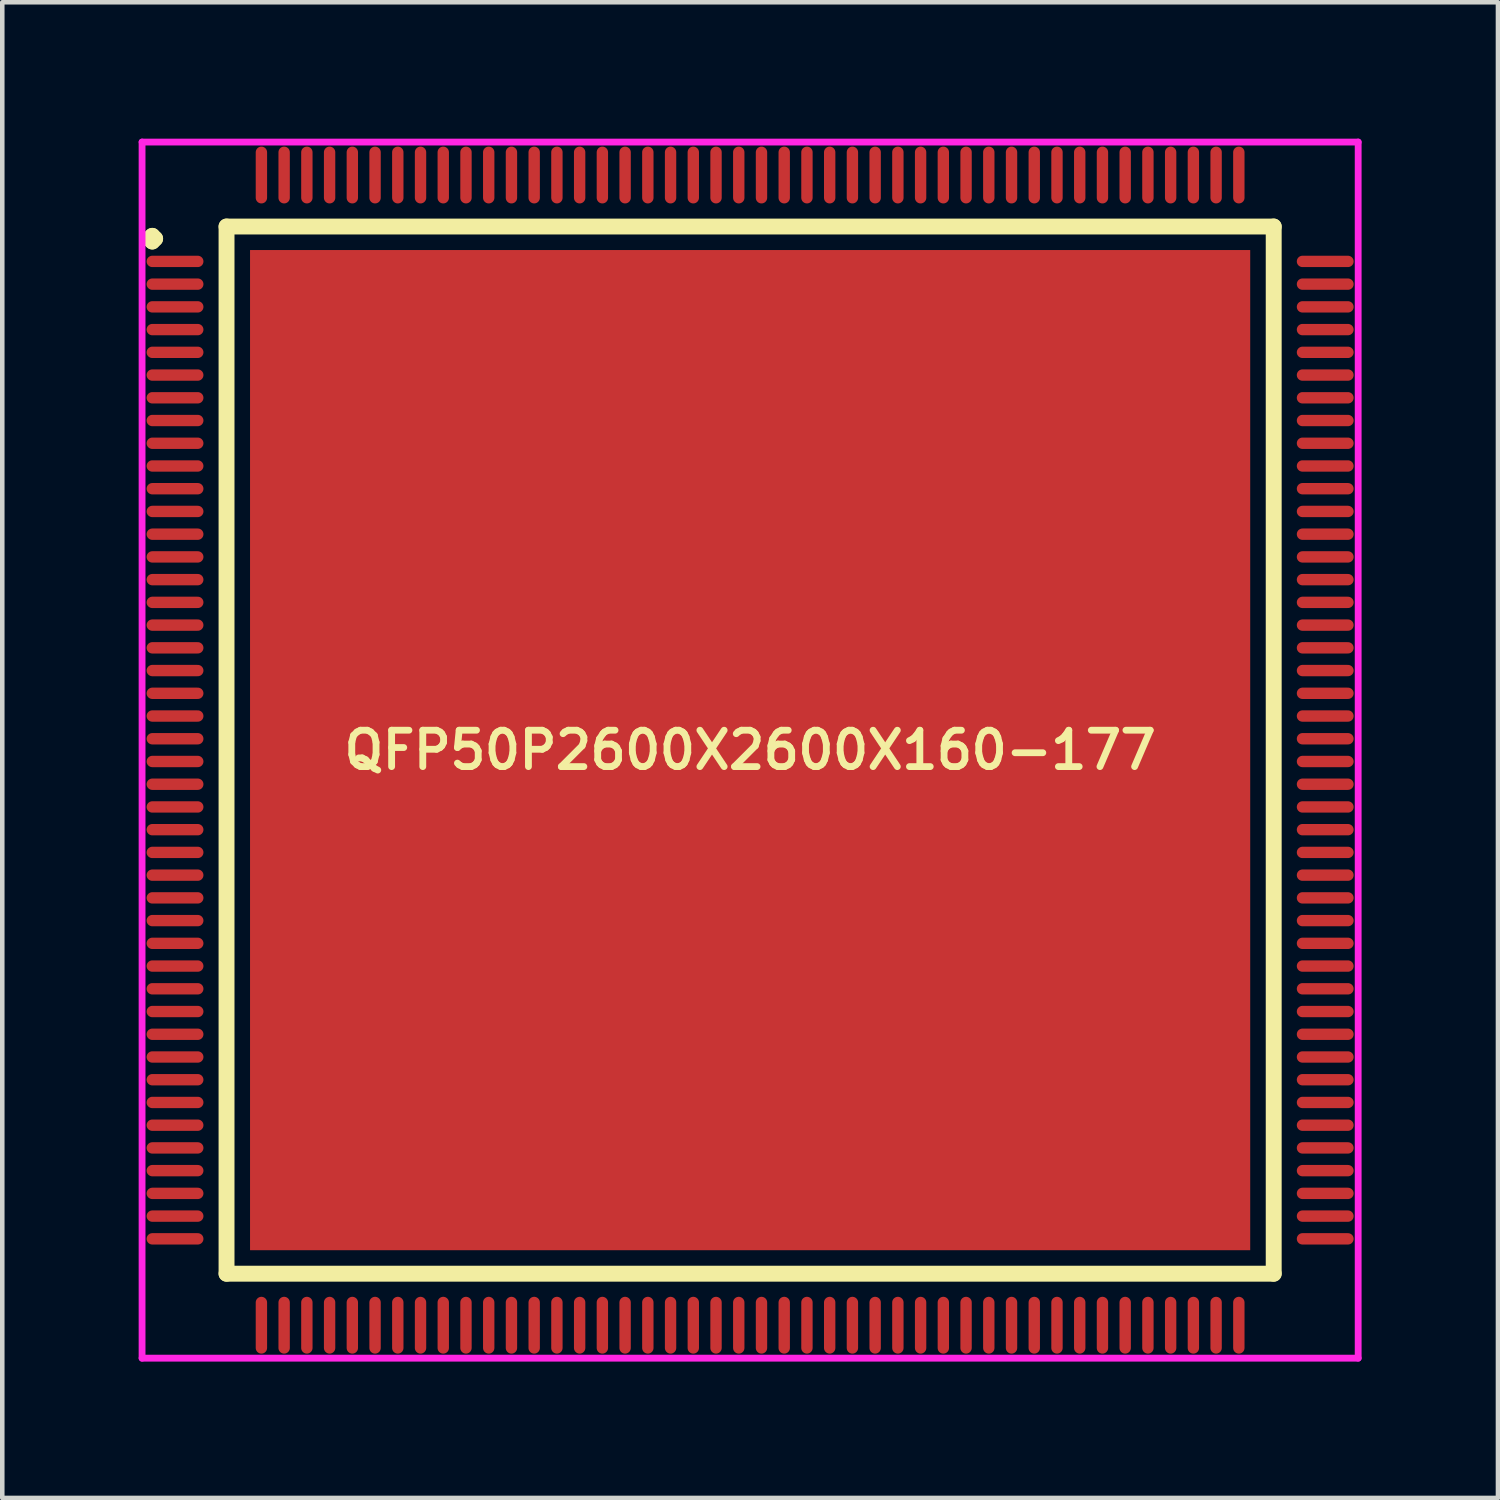
<source format=kicad_pcb>
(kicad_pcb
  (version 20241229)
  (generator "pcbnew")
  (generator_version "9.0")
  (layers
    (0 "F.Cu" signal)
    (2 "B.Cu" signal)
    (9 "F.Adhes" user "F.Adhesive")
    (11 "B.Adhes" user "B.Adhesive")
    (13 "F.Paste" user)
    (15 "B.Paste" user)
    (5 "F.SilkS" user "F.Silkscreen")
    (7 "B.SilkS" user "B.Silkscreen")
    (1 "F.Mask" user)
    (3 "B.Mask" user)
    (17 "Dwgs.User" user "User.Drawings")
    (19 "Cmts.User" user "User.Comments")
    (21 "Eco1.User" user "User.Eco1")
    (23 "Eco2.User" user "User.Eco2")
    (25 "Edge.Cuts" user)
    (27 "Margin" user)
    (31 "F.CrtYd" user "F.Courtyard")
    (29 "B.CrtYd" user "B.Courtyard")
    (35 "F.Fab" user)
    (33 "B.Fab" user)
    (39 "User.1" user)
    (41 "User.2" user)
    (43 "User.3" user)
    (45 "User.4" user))
  (footprint "QFP50P2600X2600X160-177"
    (layer "F.Cu")
    (at 13.45 13.45)
    (property "Reference" "QFP50P2600X2600X160-177" (at 0 0 0) (layer "F.SilkS") (effects (font (size 0.8 0.8) (thickness 0.15))))
    (attr smd)
    (fp_line (start -13.213 -11.25) (end -13.15 -11.312) (stroke (width 0.35) (type solid)) (layer "F.SilkS"))
    (fp_line (start -13.15 -11.312) (end -13.088 -11.25) (stroke (width 0.35) (type solid)) (layer "F.SilkS"))
    (fp_line (start -13.15 -11.188) (end -13.213 -11.25) (stroke (width 0.35) (type solid)) (layer "F.SilkS"))
    (fp_line (start -13.088 -11.25) (end -13.15 -11.188) (stroke (width 0.35) (type solid)) (layer "F.SilkS"))
    (fp_line (start -11.517 -11.517) (end -11.517 11.517) (stroke (width 0.35) (type solid)) (layer "F.SilkS"))
    (fp_line (start -11.517 11.517) (end 11.517 11.517) (stroke (width 0.35) (type solid)) (layer "F.SilkS"))
    (fp_line (start 11.517 -11.517) (end -11.517 -11.517) (stroke (width 0.35) (type solid)) (layer "F.SilkS"))
    (fp_line (start 11.517 11.517) (end 11.517 -11.517) (stroke (width 0.35) (type solid)) (layer "F.SilkS"))
    (fp_line (start -13.375 -13.375) (end 13.375 -13.375) (stroke (width 0.15) (type solid)) (layer "F.CrtYd"))
    (fp_line (start -13.375 13.375) (end -13.375 -13.375) (stroke (width 0.15) (type solid)) (layer "F.CrtYd"))
    (fp_line (start 13.375 -13.375) (end 13.375 13.375) (stroke (width 0.15) (type solid)) (layer "F.CrtYd"))
    (fp_line (start 13.375 13.375) (end -13.375 13.375) (stroke (width 0.15) (type solid)) (layer "F.CrtYd"))
    (pad "1" smd oval (at -12.65 -10.75) (size 1.25 0.25) (layers "F.Cu" "F.Mask" "F.Paste"))
    (pad "2" smd oval (at -12.65 -10.25) (size 1.25 0.25) (layers "F.Cu" "F.Mask" "F.Paste"))
    (pad "3" smd oval (at -12.65 -9.75) (size 1.25 0.25) (layers "F.Cu" "F.Mask" "F.Paste"))
    (pad "4" smd oval (at -12.65 -9.25) (size 1.25 0.25) (layers "F.Cu" "F.Mask" "F.Paste"))
    (pad "5" smd oval (at -12.65 -8.75) (size 1.25 0.25) (layers "F.Cu" "F.Mask" "F.Paste"))
    (pad "6" smd oval (at -12.65 -8.25) (size 1.25 0.25) (layers "F.Cu" "F.Mask" "F.Paste"))
    (pad "7" smd oval (at -12.65 -7.75) (size 1.25 0.25) (layers "F.Cu" "F.Mask" "F.Paste"))
    (pad "8" smd oval (at -12.65 -7.25) (size 1.25 0.25) (layers "F.Cu" "F.Mask" "F.Paste"))
    (pad "9" smd oval (at -12.65 -6.75) (size 1.25 0.25) (layers "F.Cu" "F.Mask" "F.Paste"))
    (pad "10" smd oval (at -12.65 -6.25) (size 1.25 0.25) (layers "F.Cu" "F.Mask" "F.Paste"))
    (pad "11" smd oval (at -12.65 -5.75) (size 1.25 0.25) (layers "F.Cu" "F.Mask" "F.Paste"))
    (pad "12" smd oval (at -12.65 -5.25) (size 1.25 0.25) (layers "F.Cu" "F.Mask" "F.Paste"))
    (pad "13" smd oval (at -12.65 -4.75) (size 1.25 0.25) (layers "F.Cu" "F.Mask" "F.Paste"))
    (pad "14" smd oval (at -12.65 -4.25) (size 1.25 0.25) (layers "F.Cu" "F.Mask" "F.Paste"))
    (pad "15" smd oval (at -12.65 -3.75) (size 1.25 0.25) (layers "F.Cu" "F.Mask" "F.Paste"))
    (pad "16" smd oval (at -12.65 -3.25) (size 1.25 0.25) (layers "F.Cu" "F.Mask" "F.Paste"))
    (pad "17" smd oval (at -12.65 -2.75) (size 1.25 0.25) (layers "F.Cu" "F.Mask" "F.Paste"))
    (pad "18" smd oval (at -12.65 -2.25) (size 1.25 0.25) (layers "F.Cu" "F.Mask" "F.Paste"))
    (pad "19" smd oval (at -12.65 -1.75) (size 1.25 0.25) (layers "F.Cu" "F.Mask" "F.Paste"))
    (pad "20" smd oval (at -12.65 -1.25) (size 1.25 0.25) (layers "F.Cu" "F.Mask" "F.Paste"))
    (pad "21" smd oval (at -12.65 -0.75) (size 1.25 0.25) (layers "F.Cu" "F.Mask" "F.Paste"))
    (pad "22" smd oval (at -12.65 -0.25) (size 1.25 0.25) (layers "F.Cu" "F.Mask" "F.Paste"))
    (pad "23" smd oval (at -12.65 0.25) (size 1.25 0.25) (layers "F.Cu" "F.Mask" "F.Paste"))
    (pad "24" smd oval (at -12.65 0.75) (size 1.25 0.25) (layers "F.Cu" "F.Mask" "F.Paste"))
    (pad "25" smd oval (at -12.65 1.25) (size 1.25 0.25) (layers "F.Cu" "F.Mask" "F.Paste"))
    (pad "26" smd oval (at -12.65 1.75) (size 1.25 0.25) (layers "F.Cu" "F.Mask" "F.Paste"))
    (pad "27" smd oval (at -12.65 2.25) (size 1.25 0.25) (layers "F.Cu" "F.Mask" "F.Paste"))
    (pad "28" smd oval (at -12.65 2.75) (size 1.25 0.25) (layers "F.Cu" "F.Mask" "F.Paste"))
    (pad "29" smd oval (at -12.65 3.25) (size 1.25 0.25) (layers "F.Cu" "F.Mask" "F.Paste"))
    (pad "30" smd oval (at -12.65 3.75) (size 1.25 0.25) (layers "F.Cu" "F.Mask" "F.Paste"))
    (pad "31" smd oval (at -12.65 4.25) (size 1.25 0.25) (layers "F.Cu" "F.Mask" "F.Paste"))
    (pad "32" smd oval (at -12.65 4.75) (size 1.25 0.25) (layers "F.Cu" "F.Mask" "F.Paste"))
    (pad "33" smd oval (at -12.65 5.25) (size 1.25 0.25) (layers "F.Cu" "F.Mask" "F.Paste"))
    (pad "34" smd oval (at -12.65 5.75) (size 1.25 0.25) (layers "F.Cu" "F.Mask" "F.Paste"))
    (pad "35" smd oval (at -12.65 6.25) (size 1.25 0.25) (layers "F.Cu" "F.Mask" "F.Paste"))
    (pad "36" smd oval (at -12.65 6.75) (size 1.25 0.25) (layers "F.Cu" "F.Mask" "F.Paste"))
    (pad "37" smd oval (at -12.65 7.25) (size 1.25 0.25) (layers "F.Cu" "F.Mask" "F.Paste"))
    (pad "38" smd oval (at -12.65 7.75) (size 1.25 0.25) (layers "F.Cu" "F.Mask" "F.Paste"))
    (pad "39" smd oval (at -12.65 8.25) (size 1.25 0.25) (layers "F.Cu" "F.Mask" "F.Paste"))
    (pad "40" smd oval (at -12.65 8.75) (size 1.25 0.25) (layers "F.Cu" "F.Mask" "F.Paste"))
    (pad "41" smd oval (at -12.65 9.25) (size 1.25 0.25) (layers "F.Cu" "F.Mask" "F.Paste"))
    (pad "42" smd oval (at -12.65 9.75) (size 1.25 0.25) (layers "F.Cu" "F.Mask" "F.Paste"))
    (pad "43" smd oval (at -12.65 10.25) (size 1.25 0.25) (layers "F.Cu" "F.Mask" "F.Paste"))
    (pad "44" smd oval (at -12.65 10.75) (size 1.25 0.25) (layers "F.Cu" "F.Mask" "F.Paste"))
    (pad "45" smd oval (at -10.75 12.65) (size 0.25 1.25) (layers "F.Cu" "F.Mask" "F.Paste"))
    (pad "46" smd oval (at -10.25 12.65) (size 0.25 1.25) (layers "F.Cu" "F.Mask" "F.Paste"))
    (pad "47" smd oval (at -9.75 12.65) (size 0.25 1.25) (layers "F.Cu" "F.Mask" "F.Paste"))
    (pad "48" smd oval (at -9.25 12.65) (size 0.25 1.25) (layers "F.Cu" "F.Mask" "F.Paste"))
    (pad "49" smd oval (at -8.75 12.65) (size 0.25 1.25) (layers "F.Cu" "F.Mask" "F.Paste"))
    (pad "50" smd oval (at -8.25 12.65) (size 0.25 1.25) (layers "F.Cu" "F.Mask" "F.Paste"))
    (pad "51" smd oval (at -7.75 12.65) (size 0.25 1.25) (layers "F.Cu" "F.Mask" "F.Paste"))
    (pad "52" smd oval (at -7.25 12.65) (size 0.25 1.25) (layers "F.Cu" "F.Mask" "F.Paste"))
    (pad "53" smd oval (at -6.75 12.65) (size 0.25 1.25) (layers "F.Cu" "F.Mask" "F.Paste"))
    (pad "54" smd oval (at -6.25 12.65) (size 0.25 1.25) (layers "F.Cu" "F.Mask" "F.Paste"))
    (pad "55" smd oval (at -5.75 12.65) (size 0.25 1.25) (layers "F.Cu" "F.Mask" "F.Paste"))
    (pad "56" smd oval (at -5.25 12.65) (size 0.25 1.25) (layers "F.Cu" "F.Mask" "F.Paste"))
    (pad "57" smd oval (at -4.75 12.65) (size 0.25 1.25) (layers "F.Cu" "F.Mask" "F.Paste"))
    (pad "58" smd oval (at -4.25 12.65) (size 0.25 1.25) (layers "F.Cu" "F.Mask" "F.Paste"))
    (pad "59" smd oval (at -3.75 12.65) (size 0.25 1.25) (layers "F.Cu" "F.Mask" "F.Paste"))
    (pad "60" smd oval (at -3.25 12.65) (size 0.25 1.25) (layers "F.Cu" "F.Mask" "F.Paste"))
    (pad "61" smd oval (at -2.75 12.65) (size 0.25 1.25) (layers "F.Cu" "F.Mask" "F.Paste"))
    (pad "62" smd oval (at -2.25 12.65) (size 0.25 1.25) (layers "F.Cu" "F.Mask" "F.Paste"))
    (pad "63" smd oval (at -1.75 12.65) (size 0.25 1.25) (layers "F.Cu" "F.Mask" "F.Paste"))
    (pad "64" smd oval (at -1.25 12.65) (size 0.25 1.25) (layers "F.Cu" "F.Mask" "F.Paste"))
    (pad "65" smd oval (at -0.75 12.65) (size 0.25 1.25) (layers "F.Cu" "F.Mask" "F.Paste"))
    (pad "66" smd oval (at -0.25 12.65) (size 0.25 1.25) (layers "F.Cu" "F.Mask" "F.Paste"))
    (pad "67" smd oval (at 0.25 12.65) (size 0.25 1.25) (layers "F.Cu" "F.Mask" "F.Paste"))
    (pad "68" smd oval (at 0.75 12.65) (size 0.25 1.25) (layers "F.Cu" "F.Mask" "F.Paste"))
    (pad "69" smd oval (at 1.25 12.65) (size 0.25 1.25) (layers "F.Cu" "F.Mask" "F.Paste"))
    (pad "70" smd oval (at 1.75 12.65) (size 0.25 1.25) (layers "F.Cu" "F.Mask" "F.Paste"))
    (pad "71" smd oval (at 2.25 12.65) (size 0.25 1.25) (layers "F.Cu" "F.Mask" "F.Paste"))
    (pad "72" smd oval (at 2.75 12.65) (size 0.25 1.25) (layers "F.Cu" "F.Mask" "F.Paste"))
    (pad "73" smd oval (at 3.25 12.65) (size 0.25 1.25) (layers "F.Cu" "F.Mask" "F.Paste"))
    (pad "74" smd oval (at 3.75 12.65) (size 0.25 1.25) (layers "F.Cu" "F.Mask" "F.Paste"))
    (pad "75" smd oval (at 4.25 12.65) (size 0.25 1.25) (layers "F.Cu" "F.Mask" "F.Paste"))
    (pad "76" smd oval (at 4.75 12.65) (size 0.25 1.25) (layers "F.Cu" "F.Mask" "F.Paste"))
    (pad "77" smd oval (at 5.25 12.65) (size 0.25 1.25) (layers "F.Cu" "F.Mask" "F.Paste"))
    (pad "78" smd oval (at 5.75 12.65) (size 0.25 1.25) (layers "F.Cu" "F.Mask" "F.Paste"))
    (pad "79" smd oval (at 6.25 12.65) (size 0.25 1.25) (layers "F.Cu" "F.Mask" "F.Paste"))
    (pad "80" smd oval (at 6.75 12.65) (size 0.25 1.25) (layers "F.Cu" "F.Mask" "F.Paste"))
    (pad "81" smd oval (at 7.25 12.65) (size 0.25 1.25) (layers "F.Cu" "F.Mask" "F.Paste"))
    (pad "82" smd oval (at 7.75 12.65) (size 0.25 1.25) (layers "F.Cu" "F.Mask" "F.Paste"))
    (pad "83" smd oval (at 8.25 12.65) (size 0.25 1.25) (layers "F.Cu" "F.Mask" "F.Paste"))
    (pad "84" smd oval (at 8.75 12.65) (size 0.25 1.25) (layers "F.Cu" "F.Mask" "F.Paste"))
    (pad "85" smd oval (at 9.25 12.65) (size 0.25 1.25) (layers "F.Cu" "F.Mask" "F.Paste"))
    (pad "86" smd oval (at 9.75 12.65) (size 0.25 1.25) (layers "F.Cu" "F.Mask" "F.Paste"))
    (pad "87" smd oval (at 10.25 12.65) (size 0.25 1.25) (layers "F.Cu" "F.Mask" "F.Paste"))
    (pad "88" smd oval (at 10.75 12.65) (size 0.25 1.25) (layers "F.Cu" "F.Mask" "F.Paste"))
    (pad "89" smd oval (at 12.65 10.75) (size 1.25 0.25) (layers "F.Cu" "F.Mask" "F.Paste"))
    (pad "90" smd oval (at 12.65 10.25) (size 1.25 0.25) (layers "F.Cu" "F.Mask" "F.Paste"))
    (pad "91" smd oval (at 12.65 9.75) (size 1.25 0.25) (layers "F.Cu" "F.Mask" "F.Paste"))
    (pad "92" smd oval (at 12.65 9.25) (size 1.25 0.25) (layers "F.Cu" "F.Mask" "F.Paste"))
    (pad "93" smd oval (at 12.65 8.75) (size 1.25 0.25) (layers "F.Cu" "F.Mask" "F.Paste"))
    (pad "94" smd oval (at 12.65 8.25) (size 1.25 0.25) (layers "F.Cu" "F.Mask" "F.Paste"))
    (pad "95" smd oval (at 12.65 7.75) (size 1.25 0.25) (layers "F.Cu" "F.Mask" "F.Paste"))
    (pad "96" smd oval (at 12.65 7.25) (size 1.25 0.25) (layers "F.Cu" "F.Mask" "F.Paste"))
    (pad "97" smd oval (at 12.65 6.75) (size 1.25 0.25) (layers "F.Cu" "F.Mask" "F.Paste"))
    (pad "98" smd oval (at 12.65 6.25) (size 1.25 0.25) (layers "F.Cu" "F.Mask" "F.Paste"))
    (pad "99" smd oval (at 12.65 5.75) (size 1.25 0.25) (layers "F.Cu" "F.Mask" "F.Paste"))
    (pad "100" smd oval (at 12.65 5.25) (size 1.25 0.25) (layers "F.Cu" "F.Mask" "F.Paste"))
    (pad "101" smd oval (at 12.65 4.75) (size 1.25 0.25) (layers "F.Cu" "F.Mask" "F.Paste"))
    (pad "102" smd oval (at 12.65 4.25) (size 1.25 0.25) (layers "F.Cu" "F.Mask" "F.Paste"))
    (pad "103" smd oval (at 12.65 3.75) (size 1.25 0.25) (layers "F.Cu" "F.Mask" "F.Paste"))
    (pad "104" smd oval (at 12.65 3.25) (size 1.25 0.25) (layers "F.Cu" "F.Mask" "F.Paste"))
    (pad "105" smd oval (at 12.65 2.75) (size 1.25 0.25) (layers "F.Cu" "F.Mask" "F.Paste"))
    (pad "106" smd oval (at 12.65 2.25) (size 1.25 0.25) (layers "F.Cu" "F.Mask" "F.Paste"))
    (pad "107" smd oval (at 12.65 1.75) (size 1.25 0.25) (layers "F.Cu" "F.Mask" "F.Paste"))
    (pad "108" smd oval (at 12.65 1.25) (size 1.25 0.25) (layers "F.Cu" "F.Mask" "F.Paste"))
    (pad "109" smd oval (at 12.65 0.75) (size 1.25 0.25) (layers "F.Cu" "F.Mask" "F.Paste"))
    (pad "110" smd oval (at 12.65 0.25) (size 1.25 0.25) (layers "F.Cu" "F.Mask" "F.Paste"))
    (pad "111" smd oval (at 12.65 -0.25) (size 1.25 0.25) (layers "F.Cu" "F.Mask" "F.Paste"))
    (pad "112" smd oval (at 12.65 -0.75) (size 1.25 0.25) (layers "F.Cu" "F.Mask" "F.Paste"))
    (pad "113" smd oval (at 12.65 -1.25) (size 1.25 0.25) (layers "F.Cu" "F.Mask" "F.Paste"))
    (pad "114" smd oval (at 12.65 -1.75) (size 1.25 0.25) (layers "F.Cu" "F.Mask" "F.Paste"))
    (pad "115" smd oval (at 12.65 -2.25) (size 1.25 0.25) (layers "F.Cu" "F.Mask" "F.Paste"))
    (pad "116" smd oval (at 12.65 -2.75) (size 1.25 0.25) (layers "F.Cu" "F.Mask" "F.Paste"))
    (pad "117" smd oval (at 12.65 -3.25) (size 1.25 0.25) (layers "F.Cu" "F.Mask" "F.Paste"))
    (pad "118" smd oval (at 12.65 -3.75) (size 1.25 0.25) (layers "F.Cu" "F.Mask" "F.Paste"))
    (pad "119" smd oval (at 12.65 -4.25) (size 1.25 0.25) (layers "F.Cu" "F.Mask" "F.Paste"))
    (pad "120" smd oval (at 12.65 -4.75) (size 1.25 0.25) (layers "F.Cu" "F.Mask" "F.Paste"))
    (pad "121" smd oval (at 12.65 -5.25) (size 1.25 0.25) (layers "F.Cu" "F.Mask" "F.Paste"))
    (pad "122" smd oval (at 12.65 -5.75) (size 1.25 0.25) (layers "F.Cu" "F.Mask" "F.Paste"))
    (pad "123" smd oval (at 12.65 -6.25) (size 1.25 0.25) (layers "F.Cu" "F.Mask" "F.Paste"))
    (pad "124" smd oval (at 12.65 -6.75) (size 1.25 0.25) (layers "F.Cu" "F.Mask" "F.Paste"))
    (pad "125" smd oval (at 12.65 -7.25) (size 1.25 0.25) (layers "F.Cu" "F.Mask" "F.Paste"))
    (pad "126" smd oval (at 12.65 -7.75) (size 1.25 0.25) (layers "F.Cu" "F.Mask" "F.Paste"))
    (pad "127" smd oval (at 12.65 -8.25) (size 1.25 0.25) (layers "F.Cu" "F.Mask" "F.Paste"))
    (pad "128" smd oval (at 12.65 -8.75) (size 1.25 0.25) (layers "F.Cu" "F.Mask" "F.Paste"))
    (pad "129" smd oval (at 12.65 -9.25) (size 1.25 0.25) (layers "F.Cu" "F.Mask" "F.Paste"))
    (pad "130" smd oval (at 12.65 -9.75) (size 1.25 0.25) (layers "F.Cu" "F.Mask" "F.Paste"))
    (pad "131" smd oval (at 12.65 -10.25) (size 1.25 0.25) (layers "F.Cu" "F.Mask" "F.Paste"))
    (pad "132" smd oval (at 12.65 -10.75) (size 1.25 0.25) (layers "F.Cu" "F.Mask" "F.Paste"))
    (pad "133" smd oval (at 10.75 -12.65) (size 0.25 1.25) (layers "F.Cu" "F.Mask" "F.Paste"))
    (pad "134" smd oval (at 10.25 -12.65) (size 0.25 1.25) (layers "F.Cu" "F.Mask" "F.Paste"))
    (pad "135" smd oval (at 9.75 -12.65) (size 0.25 1.25) (layers "F.Cu" "F.Mask" "F.Paste"))
    (pad "136" smd oval (at 9.25 -12.65) (size 0.25 1.25) (layers "F.Cu" "F.Mask" "F.Paste"))
    (pad "137" smd oval (at 8.75 -12.65) (size 0.25 1.25) (layers "F.Cu" "F.Mask" "F.Paste"))
    (pad "138" smd oval (at 8.25 -12.65) (size 0.25 1.25) (layers "F.Cu" "F.Mask" "F.Paste"))
    (pad "139" smd oval (at 7.75 -12.65) (size 0.25 1.25) (layers "F.Cu" "F.Mask" "F.Paste"))
    (pad "140" smd oval (at 7.25 -12.65) (size 0.25 1.25) (layers "F.Cu" "F.Mask" "F.Paste"))
    (pad "141" smd oval (at 6.75 -12.65) (size 0.25 1.25) (layers "F.Cu" "F.Mask" "F.Paste"))
    (pad "142" smd oval (at 6.25 -12.65) (size 0.25 1.25) (layers "F.Cu" "F.Mask" "F.Paste"))
    (pad "143" smd oval (at 5.75 -12.65) (size 0.25 1.25) (layers "F.Cu" "F.Mask" "F.Paste"))
    (pad "144" smd oval (at 5.25 -12.65) (size 0.25 1.25) (layers "F.Cu" "F.Mask" "F.Paste"))
    (pad "145" smd oval (at 4.75 -12.65) (size 0.25 1.25) (layers "F.Cu" "F.Mask" "F.Paste"))
    (pad "146" smd oval (at 4.25 -12.65) (size 0.25 1.25) (layers "F.Cu" "F.Mask" "F.Paste"))
    (pad "147" smd oval (at 3.75 -12.65) (size 0.25 1.25) (layers "F.Cu" "F.Mask" "F.Paste"))
    (pad "148" smd oval (at 3.25 -12.65) (size 0.25 1.25) (layers "F.Cu" "F.Mask" "F.Paste"))
    (pad "149" smd oval (at 2.75 -12.65) (size 0.25 1.25) (layers "F.Cu" "F.Mask" "F.Paste"))
    (pad "150" smd oval (at 2.25 -12.65) (size 0.25 1.25) (layers "F.Cu" "F.Mask" "F.Paste"))
    (pad "151" smd oval (at 1.75 -12.65) (size 0.25 1.25) (layers "F.Cu" "F.Mask" "F.Paste"))
    (pad "152" smd oval (at 1.25 -12.65) (size 0.25 1.25) (layers "F.Cu" "F.Mask" "F.Paste"))
    (pad "153" smd oval (at 0.75 -12.65) (size 0.25 1.25) (layers "F.Cu" "F.Mask" "F.Paste"))
    (pad "154" smd oval (at 0.25 -12.65) (size 0.25 1.25) (layers "F.Cu" "F.Mask" "F.Paste"))
    (pad "155" smd oval (at -0.25 -12.65) (size 0.25 1.25) (layers "F.Cu" "F.Mask" "F.Paste"))
    (pad "156" smd oval (at -0.75 -12.65) (size 0.25 1.25) (layers "F.Cu" "F.Mask" "F.Paste"))
    (pad "157" smd oval (at -1.25 -12.65) (size 0.25 1.25) (layers "F.Cu" "F.Mask" "F.Paste"))
    (pad "158" smd oval (at -1.75 -12.65) (size 0.25 1.25) (layers "F.Cu" "F.Mask" "F.Paste"))
    (pad "159" smd oval (at -2.25 -12.65) (size 0.25 1.25) (layers "F.Cu" "F.Mask" "F.Paste"))
    (pad "160" smd oval (at -2.75 -12.65) (size 0.25 1.25) (layers "F.Cu" "F.Mask" "F.Paste"))
    (pad "161" smd oval (at -3.25 -12.65) (size 0.25 1.25) (layers "F.Cu" "F.Mask" "F.Paste"))
    (pad "162" smd oval (at -3.75 -12.65) (size 0.25 1.25) (layers "F.Cu" "F.Mask" "F.Paste"))
    (pad "163" smd oval (at -4.25 -12.65) (size 0.25 1.25) (layers "F.Cu" "F.Mask" "F.Paste"))
    (pad "164" smd oval (at -4.75 -12.65) (size 0.25 1.25) (layers "F.Cu" "F.Mask" "F.Paste"))
    (pad "165" smd oval (at -5.25 -12.65) (size 0.25 1.25) (layers "F.Cu" "F.Mask" "F.Paste"))
    (pad "166" smd oval (at -5.75 -12.65) (size 0.25 1.25) (layers "F.Cu" "F.Mask" "F.Paste"))
    (pad "167" smd oval (at -6.25 -12.65) (size 0.25 1.25) (layers "F.Cu" "F.Mask" "F.Paste"))
    (pad "168" smd oval (at -6.75 -12.65) (size 0.25 1.25) (layers "F.Cu" "F.Mask" "F.Paste"))
    (pad "169" smd oval (at -7.25 -12.65) (size 0.25 1.25) (layers "F.Cu" "F.Mask" "F.Paste"))
    (pad "170" smd oval (at -7.75 -12.65) (size 0.25 1.25) (layers "F.Cu" "F.Mask" "F.Paste"))
    (pad "171" smd oval (at -8.25 -12.65) (size 0.25 1.25) (layers "F.Cu" "F.Mask" "F.Paste"))
    (pad "172" smd oval (at -8.75 -12.65) (size 0.25 1.25) (layers "F.Cu" "F.Mask" "F.Paste"))
    (pad "173" smd oval (at -9.25 -12.65) (size 0.25 1.25) (layers "F.Cu" "F.Mask" "F.Paste"))
    (pad "174" smd oval (at -9.75 -12.65) (size 0.25 1.25) (layers "F.Cu" "F.Mask" "F.Paste"))
    (pad "175" smd oval (at -10.25 -12.65) (size 0.25 1.25) (layers "F.Cu" "F.Mask" "F.Paste"))
    (pad "176" smd oval (at -10.75 -12.65) (size 0.25 1.25) (layers "F.Cu" "F.Mask" "F.Paste"))
    (pad "177" smd rect (at 0 0) (size 22 22) (layers "F.Cu" "F.Mask" "F.Paste")))
  (gr_rect
    (start -3 -3)
    (end 29.9 29.9)
    (stroke (width 0.1) (type default))
    (fill no)
    (layer "Edge.Cuts")))
</source>
